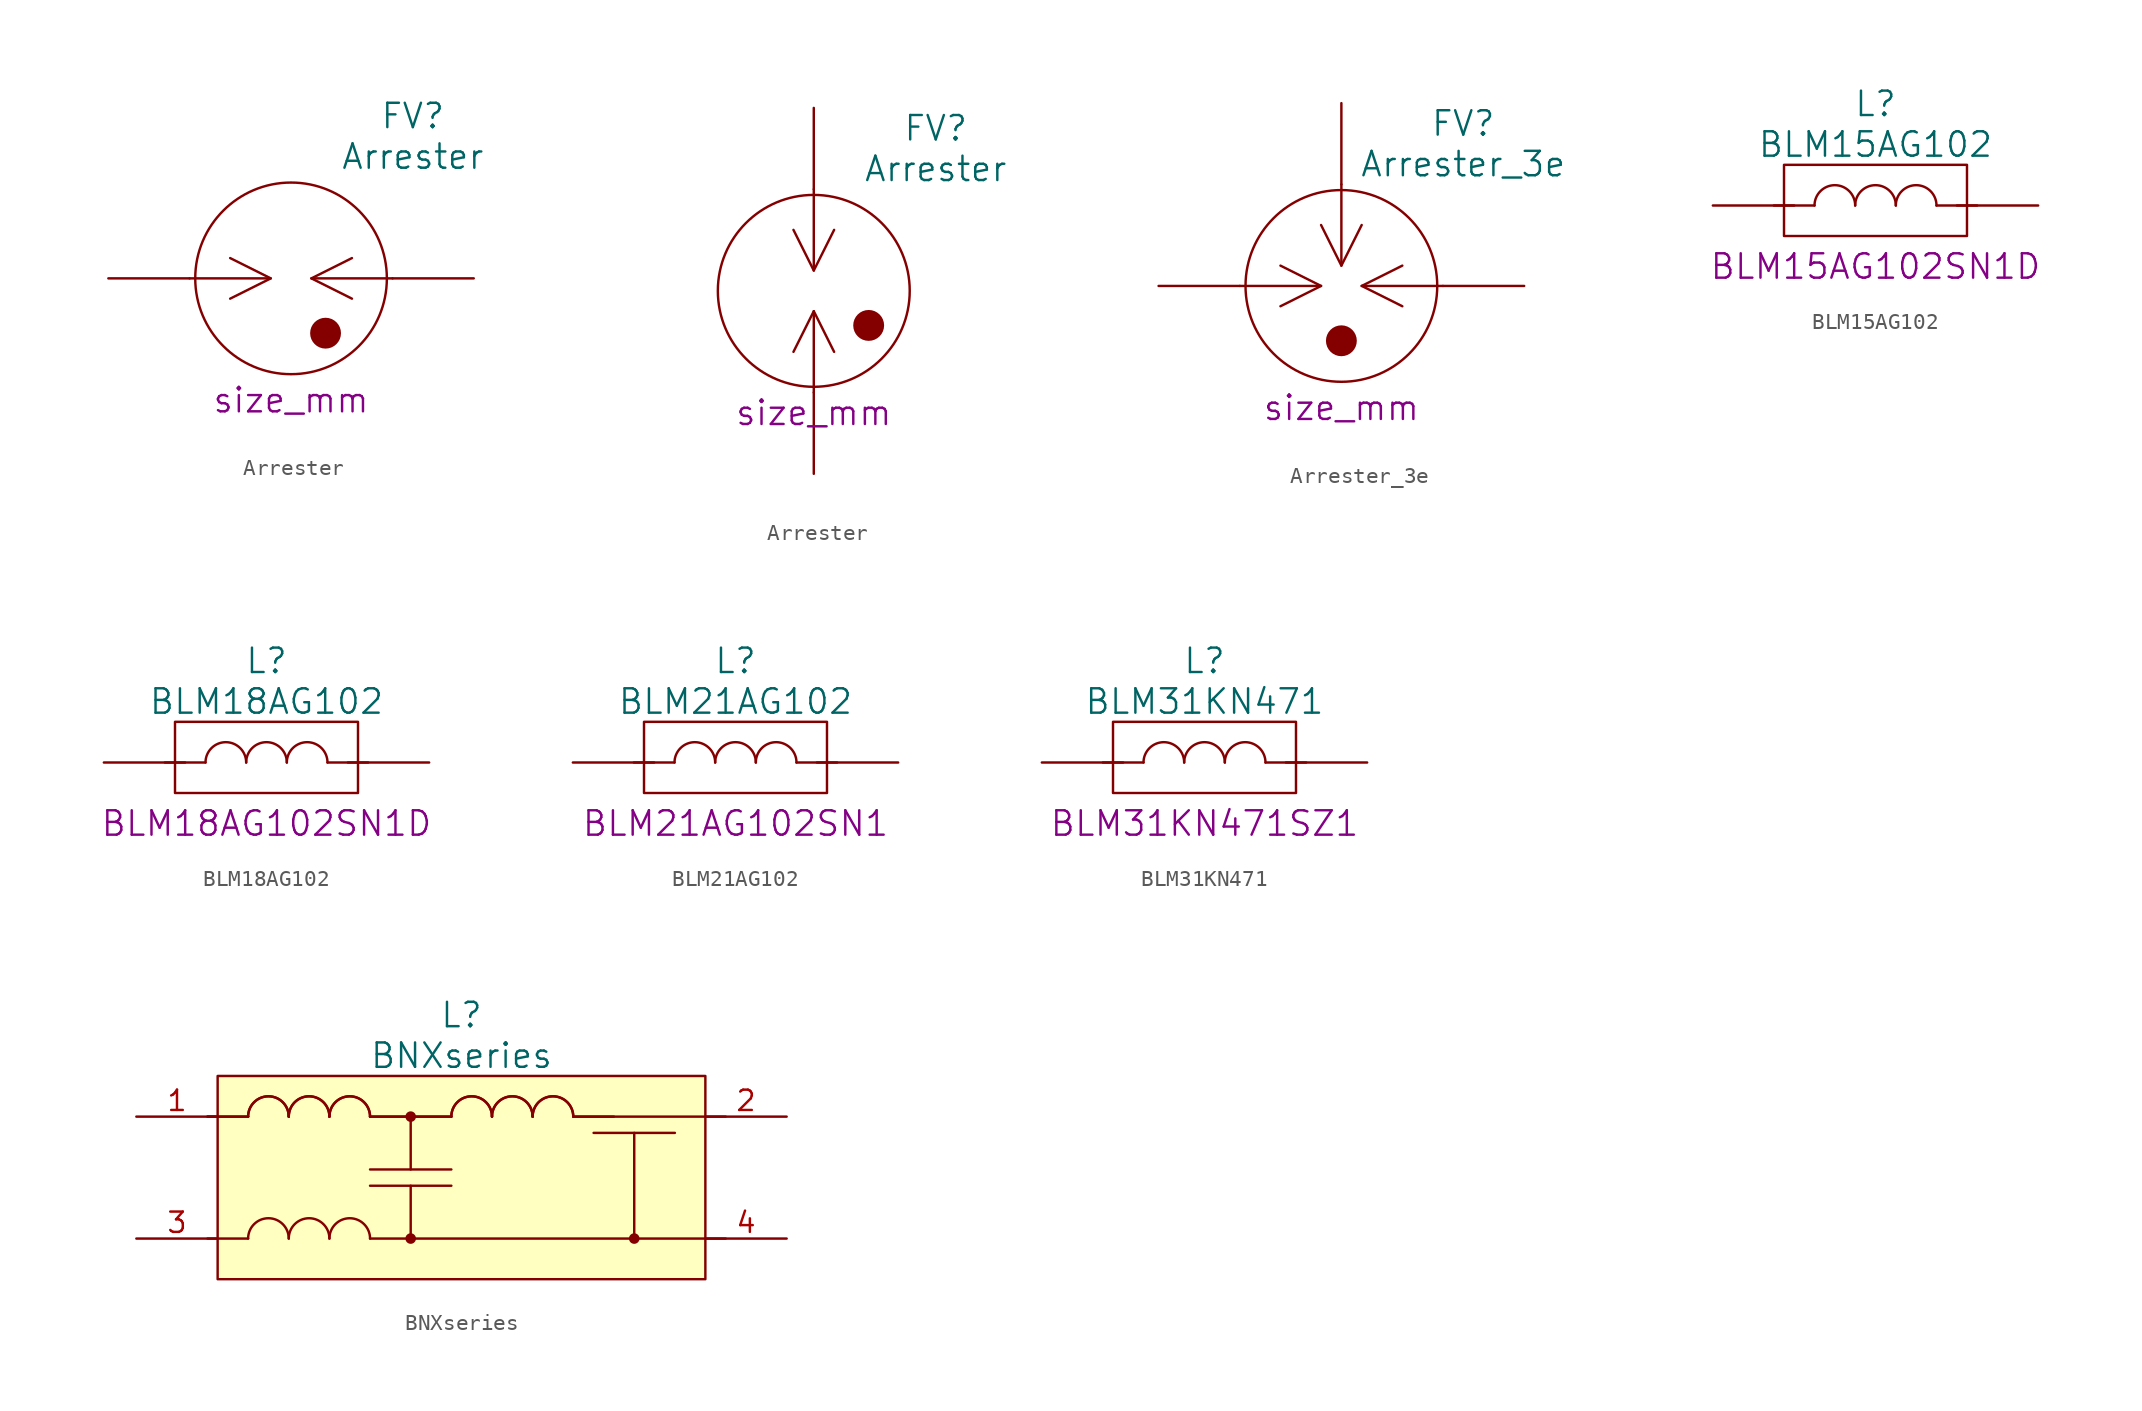
<source format=kicad_sym>
(kicad_symbol_lib
  (version 20220914)
  (generator kicad_symbol_editor)
  (symbol "Arrester"
    (pin_numbers hide)
    (pin_names
      (offset 1.016) hide)
    (property "Reference" "FV"
      (at 7.62 10.16 0)
      (effects (font (size 1.524 1.524))))
    (property "Value" "Arrester"
      (at 7.62 7.62 0)
      (effects (font (size 1.524 1.524))))
    (property "Datasheet" ""
      (at -11.43 1.27 0)
      (effects (font (size 1.524 1.524))))
    (property "Size" "size_mm"
      (at 0 -7.62 0)
      (effects (font (size 1.524 1.524))))
    (symbol "Arrester_0_0"
      (circle (center 0 0) (radius 5.994) (stroke (width 0) (type solid)) (fill (type none))))
    (symbol "Arrester_0_1"
      (polyline (pts (xy -1.27 0) (xy -6.35 0)) (stroke (width 0) (type solid)) (fill (type none)))
      (polyline (pts (xy 6.35 0) (xy 1.27 0)) (stroke (width 0) (type solid)) (fill (type none)))
      (polyline (pts (xy -3.81 1.27) (xy -1.27 0) (xy -3.81 -1.27)) (stroke (width 0) (type solid)) (fill (type none)))
      (polyline (pts (xy 3.81 -1.27) (xy 1.27 0) (xy 3.81 1.27)) (stroke (width 0) (type solid)) (fill (type none)))
      (circle (center 2.159 -3.429) (radius 0.889) (stroke (width 0) (type solid)) (fill (type outline))))
    (symbol "Arrester_0_2"
      (polyline (pts (xy 0 -6.35) (xy 0 -1.27)) (stroke (width 0) (type solid)) (fill (type none)))
      (polyline (pts (xy 0 1.27) (xy 0 6.35)) (stroke (width 0) (type solid)) (fill (type none)))
      (polyline (pts (xy -1.27 3.81) (xy 0 1.27) (xy 1.27 3.81)) (stroke (width 0) (type solid)) (fill (type none)))
      (polyline (pts (xy 1.27 -3.81) (xy 0 -1.27) (xy -1.27 -3.81)) (stroke (width 0) (type solid)) (fill (type none)))
      (circle (center 3.429 -2.159) (radius 0.889) (stroke (width 0) (type solid)) (fill (type outline))))
    (symbol "Arrester_1_1"
      (pin passive line (at -11.43 0 0) (length 5.08) (name "1" (effects (font (size 1.27 1.27)))) (number "1" (effects (font (size 1.27 1.27)))))
      (pin passive line (at 11.43 0 180) (length 5.08) (name "2" (effects (font (size 1.27 1.27)))) (number "2" (effects (font (size 1.27 1.27))))))
    (symbol "Arrester_1_2"
      (pin passive line (at 0 11.43 270) (length 5.08) (name "1" (effects (font (size 1.27 1.27)))) (number "1" (effects (font (size 1.27 1.27)))))
      (pin passive line (at 0 -11.43 90) (length 5.08) (name "2" (effects (font (size 1.27 1.27)))) (number "2" (effects (font (size 1.27 1.27)))))))
  (symbol "Arrester_3e"
    (pin_numbers hide)
    (pin_names
      (offset 1.016) hide)
    (property "Reference" "FV"
      (at 7.62 10.16 0)
      (effects (font (size 1.524 1.524))))
    (property "Value" "Arrester_3e"
      (at 7.62 7.62 0)
      (effects (font (size 1.524 1.524))))
    (property "Datasheet" ""
      (at -11.43 1.27 0)
      (effects (font (size 1.524 1.524))))
    (property "Size" "size_mm"
      (at 0 -7.62 0)
      (effects (font (size 1.524 1.524))))
    (symbol "Arrester_3e_0_0"
      (circle (center 0 0) (radius 5.994) (stroke (width 0) (type solid)) (fill (type none))))
    (symbol "Arrester_3e_0_1"
      (circle (center 0 -3.429) (radius 0.889) (stroke (width 0) (type solid)) (fill (type outline)))
      (polyline (pts (xy -1.27 0) (xy -6.35 0)) (stroke (width 0) (type solid)) (fill (type none)))
      (polyline (pts (xy 0 1.27) (xy 0 6.35)) (stroke (width 0) (type solid)) (fill (type none)))
      (polyline (pts (xy 6.35 0) (xy 1.27 0)) (stroke (width 0) (type solid)) (fill (type none)))
      (polyline (pts (xy -3.81 1.27) (xy -1.27 0) (xy -3.81 -1.27)) (stroke (width 0) (type solid)) (fill (type none)))
      (polyline (pts (xy -1.27 3.81) (xy 0 1.27) (xy 1.27 3.81)) (stroke (width 0) (type solid)) (fill (type none)))
      (polyline (pts (xy 3.81 -1.27) (xy 1.27 0) (xy 3.81 1.27)) (stroke (width 0) (type solid)) (fill (type none))))
    (symbol "Arrester_3e_1_1"
      (pin passive line (at -11.43 0 0) (length 5.08) (name "1" (effects (font (size 1.27 1.27)))) (number "1" (effects (font (size 1.27 1.27)))))
      (pin passive line (at 0 11.43 270) (length 5.08) (name "2" (effects (font (size 1.27 1.27)))) (number "2" (effects (font (size 1.27 1.27)))))
      (pin passive line (at 11.43 0 180) (length 5.08) (name "3" (effects (font (size 1.27 1.27)))) (number "3" (effects (font (size 1.27 1.27)))))))
  (symbol "BLM15AG102"
    (pin_numbers hide)
    (pin_names
      (offset 1.016))
    (property "Reference" "L"
      (at 0 6.35 0)
      (effects (font (size 1.524 1.524))))
    (property "Value" "BLM15AG102"
      (at 0 3.81 0)
      (effects (font (size 1.524 1.524))))
    (property "Datasheet" ""
      (at 0 6.35 0)
      (effects (font (size 1.524 1.524))))
    (property "Type" "BLM15AG102SN1D"
      (at 0 -3.81 0)
      (effects (font (size 1.524 1.524))))
    (symbol "BLM15AG102_0_1"
      (arc (start -1.27 0) (mid -2.54 1.2645) (end -3.81 0) (stroke (width 0) (type solid)) (fill (type none)))
      (polyline (pts (xy -3.81 0) (xy -6.35 0)) (stroke (width 0) (type solid)) (fill (type none)))
      (polyline (pts (xy 6.35 0) (xy 3.81 0)) (stroke (width 0) (type solid)) (fill (type none)))
      (arc (start 1.27 0) (mid 0 1.2645) (end -1.27 0) (stroke (width 0) (type solid)) (fill (type none)))
      (arc (start 3.81 0) (mid 2.54 1.2645) (end 1.27 0) (stroke (width 0) (type solid)) (fill (type none)))
      (rectangle (start 5.715 2.54) (end -5.715 -1.905) (stroke (width 0) (type solid)) (fill (type none))))
    (symbol "BLM15AG102_1_1"
      (pin power_in line (at -10.16 0 0) (length 5.08) (name "~" (effects (font (size 1.27 1.27)))) (number "1" (effects (font (size 1.27 1.27)))))
      (pin power_out line (at 10.16 0 180) (length 5.08) (name "~" (effects (font (size 1.27 1.27)))) (number "2" (effects (font (size 1.27 1.27)))))))
  (symbol "BLM18AG102"
    (pin_numbers hide)
    (pin_names
      (offset 1.016))
    (property "Reference" "L"
      (at 0 6.35 0)
      (effects (font (size 1.524 1.524))))
    (property "Value" "BLM18AG102"
      (at 0 3.81 0)
      (effects (font (size 1.524 1.524))))
    (property "Datasheet" ""
      (at 0 6.35 0)
      (effects (font (size 1.524 1.524))))
    (property "Type" "BLM18AG102SN1D"
      (at 0 -3.81 0)
      (effects (font (size 1.524 1.524))))
    (symbol "BLM18AG102_0_1"
      (arc (start -1.27 0) (mid -2.54 1.2645) (end -3.81 0) (stroke (width 0) (type solid)) (fill (type none)))
      (polyline (pts (xy -3.81 0) (xy -6.35 0)) (stroke (width 0) (type solid)) (fill (type none)))
      (polyline (pts (xy 6.35 0) (xy 3.81 0)) (stroke (width 0) (type solid)) (fill (type none)))
      (arc (start 1.27 0) (mid 0 1.2645) (end -1.27 0) (stroke (width 0) (type solid)) (fill (type none)))
      (arc (start 3.81 0) (mid 2.54 1.2645) (end 1.27 0) (stroke (width 0) (type solid)) (fill (type none)))
      (rectangle (start 5.715 2.54) (end -5.715 -1.905) (stroke (width 0) (type solid)) (fill (type none))))
    (symbol "BLM18AG102_1_1"
      (pin power_in line (at -10.16 0 0) (length 5.08) (name "~" (effects (font (size 1.27 1.27)))) (number "1" (effects (font (size 1.27 1.27)))))
      (pin power_out line (at 10.16 0 180) (length 5.08) (name "~" (effects (font (size 1.27 1.27)))) (number "2" (effects (font (size 1.27 1.27)))))))
  (symbol "BLM21AG102"
    (pin_numbers hide)
    (pin_names
      (offset 1.016))
    (property "Reference" "L"
      (at 0 6.35 0)
      (effects (font (size 1.524 1.524))))
    (property "Value" "BLM21AG102"
      (at 0 3.81 0)
      (effects (font (size 1.524 1.524))))
    (property "Datasheet" ""
      (at 0 6.35 0)
      (effects (font (size 1.524 1.524))))
    (property "Type" "BLM21AG102SN1"
      (at 0 -3.81 0)
      (effects (font (size 1.524 1.524))))
    (symbol "BLM21AG102_0_1"
      (arc (start -1.27 0) (mid -2.54 1.2645) (end -3.81 0) (stroke (width 0) (type solid)) (fill (type none)))
      (polyline (pts (xy -3.81 0) (xy -6.35 0)) (stroke (width 0) (type solid)) (fill (type none)))
      (polyline (pts (xy 6.35 0) (xy 3.81 0)) (stroke (width 0) (type solid)) (fill (type none)))
      (arc (start 1.27 0) (mid 0 1.2645) (end -1.27 0) (stroke (width 0) (type solid)) (fill (type none)))
      (arc (start 3.81 0) (mid 2.54 1.2645) (end 1.27 0) (stroke (width 0) (type solid)) (fill (type none)))
      (rectangle (start 5.715 2.54) (end -5.715 -1.905) (stroke (width 0) (type solid)) (fill (type none))))
    (symbol "BLM21AG102_1_1"
      (pin power_in line (at -10.16 0 0) (length 5.08) (name "~" (effects (font (size 1.27 1.27)))) (number "1" (effects (font (size 1.27 1.27)))))
      (pin power_out line (at 10.16 0 180) (length 5.08) (name "~" (effects (font (size 1.27 1.27)))) (number "2" (effects (font (size 1.27 1.27)))))))
  (symbol "BLM31KN471"
    (pin_numbers hide)
    (pin_names
      (offset 1.016))
    (property "Reference" "L"
      (at 0 6.35 0)
      (effects (font (size 1.524 1.524))))
    (property "Value" "BLM31KN471"
      (at 0 3.81 0)
      (effects (font (size 1.524 1.524))))
    (property "Datasheet" ""
      (at 0 6.35 0)
      (effects (font (size 1.524 1.524))))
    (property "Type" "BLM31KN471SZ1"
      (at 0 -3.81 0)
      (effects (font (size 1.524 1.524))))
    (symbol "BLM31KN471_0_1"
      (arc (start -1.27 0) (mid -2.54 1.2645) (end -3.81 0) (stroke (width 0) (type solid)) (fill (type none)))
      (polyline (pts (xy -3.81 0) (xy -6.35 0)) (stroke (width 0) (type solid)) (fill (type none)))
      (polyline (pts (xy 6.35 0) (xy 3.81 0)) (stroke (width 0) (type solid)) (fill (type none)))
      (arc (start 1.27 0) (mid 0 1.2645) (end -1.27 0) (stroke (width 0) (type solid)) (fill (type none)))
      (arc (start 3.81 0) (mid 2.54 1.2645) (end 1.27 0) (stroke (width 0) (type solid)) (fill (type none)))
      (rectangle (start 5.715 2.54) (end -5.715 -1.905) (stroke (width 0) (type solid)) (fill (type none))))
    (symbol "BLM31KN471_1_1"
      (pin power_in line (at -10.16 0 0) (length 5.08) (name "~" (effects (font (size 1.27 1.27)))) (number "1" (effects (font (size 1.27 1.27)))))
      (pin power_out line (at 10.16 0 180) (length 5.08) (name "~" (effects (font (size 1.27 1.27)))) (number "2" (effects (font (size 1.27 1.27)))))))
  (symbol "BNXseries"
    (pin_names
      (offset 0.025) hide)
    (property "Reference" "L"
      (at 0 10.16 0)
      (effects (font (size 1.524 1.524))))
    (property "Value" "BNXseries"
      (at 0 7.62 0)
      (effects (font (size 1.524 1.524))))
    (symbol "BNXseries_0_1"
      (arc (start -10.795 -3.81) (mid -12.065 -2.5455) (end -13.335 -3.81) (stroke (width 0) (type solid)) (fill (type none)))
      (arc (start -10.795 3.81) (mid -12.065 5.0745) (end -13.335 3.81) (stroke (width 0) (type solid)) (fill (type none)))
      (arc (start -10.795 3.81) (mid -12.065 5.0745) (end -13.335 3.81) (stroke (width 0) (type solid)) (fill (type none)))
      (arc (start -8.255 -3.81) (mid -9.525 -2.5455) (end -10.795 -3.81) (stroke (width 0) (type solid)) (fill (type none)))
      (arc (start -8.255 3.81) (mid -9.525 5.0745) (end -10.795 3.81) (stroke (width 0) (type solid)) (fill (type none)))
      (arc (start -8.255 3.81) (mid -9.525 5.0745) (end -10.795 3.81) (stroke (width 0) (type solid)) (fill (type none)))
      (arc (start -5.715 -3.81) (mid -6.985 -2.5455) (end -8.255 -3.81) (stroke (width 0) (type solid)) (fill (type none)))
      (arc (start -5.715 3.81) (mid -6.985 5.0745) (end -8.255 3.81) (stroke (width 0) (type solid)) (fill (type none)))
      (arc (start -5.715 3.81) (mid -6.985 5.0745) (end -8.255 3.81) (stroke (width 0) (type solid)) (fill (type none)))
      (circle (center -3.175 -3.81) (radius 0.254) (stroke (width 0) (type solid)) (fill (type outline)))
      (circle (center -3.175 3.81) (radius 0.254) (stroke (width 0) (type solid)) (fill (type outline)))
      (polyline (pts (xy -13.335 -3.81) (xy -15.875 -3.81)) (stroke (width 0) (type solid)) (fill (type none)))
      (polyline (pts (xy -13.335 3.81) (xy -15.875 3.81)) (stroke (width 0) (type solid)) (fill (type none)))
      (polyline (pts (xy -13.335 3.81) (xy -15.875 3.81)) (stroke (width 0) (type solid)) (fill (type none)))
      (polyline (pts (xy -3.175 -3.81) (xy -3.175 -0.508)) (stroke (width 0) (type solid)) (fill (type none)))
      (polyline (pts (xy -3.175 3.81) (xy -5.715 3.81)) (stroke (width 0) (type solid)) (fill (type none)))
      (polyline (pts (xy -3.175 3.81) (xy -5.715 3.81)) (stroke (width 0) (type solid)) (fill (type none)))
      (polyline (pts (xy -3.175 3.81) (xy -3.175 0.508)) (stroke (width 0) (type solid)) (fill (type none)))
      (polyline (pts (xy -0.635 -0.508) (xy -5.715 -0.508)) (stroke (width 0) (type solid)) (fill (type none)))
      (polyline (pts (xy -0.635 0.508) (xy -5.715 0.508)) (stroke (width 0) (type solid)) (fill (type none)))
      (polyline (pts (xy -0.635 3.81) (xy -3.175 3.81)) (stroke (width 0) (type solid)) (fill (type none)))
      (polyline (pts (xy -0.635 3.81) (xy -3.175 3.81)) (stroke (width 0) (type solid)) (fill (type none)))
      (polyline (pts (xy 9.525 3.81) (xy 6.985 3.81)) (stroke (width 0) (type solid)) (fill (type none)))
      (polyline (pts (xy 10.795 -3.81) (xy 10.795 2.794)) (stroke (width 0) (type solid)) (fill (type none)))
      (polyline (pts (xy 13.335 2.794) (xy 8.255 2.794)) (stroke (width 0) (type solid)) (fill (type none)))
      (polyline (pts (xy 16.51 -3.81) (xy -5.715 -3.81)) (stroke (width 0) (type solid)) (fill (type none)))
      (polyline (pts (xy 16.51 3.81) (xy 6.985 3.81)) (stroke (width 0) (type solid)) (fill (type none)))
      (arc (start 1.905 3.81) (mid 0.635 5.0745) (end -0.635 3.81) (stroke (width 0) (type solid)) (fill (type none)))
      (arc (start 1.905 3.81) (mid 0.635 5.0745) (end -0.635 3.81) (stroke (width 0) (type solid)) (fill (type none)))
      (arc (start 4.445 3.81) (mid 3.175 5.0745) (end 1.905 3.81) (stroke (width 0) (type solid)) (fill (type none)))
      (arc (start 4.445 3.81) (mid 3.175 5.0745) (end 1.905 3.81) (stroke (width 0) (type solid)) (fill (type none)))
      (arc (start 6.985 3.81) (mid 5.715 5.0745) (end 4.445 3.81) (stroke (width 0) (type solid)) (fill (type none)))
      (arc (start 6.985 3.81) (mid 5.715 5.0745) (end 4.445 3.81) (stroke (width 0) (type solid)) (fill (type none)))
      (circle (center 10.795 -3.81) (radius 0.254) (stroke (width 0) (type solid)) (fill (type outline)))
      (rectangle (start 15.24 6.35) (end -15.24 -6.35) (stroke (width 0) (type solid)) (fill (type background))))
    (symbol "BNXseries_1_1"
      (pin power_in line (at -20.32 3.81 0) (length 5.08) (name "B" (effects (font (size 1.27 1.27)))) (number "1" (effects (font (size 1.27 1.27)))))
      (pin power_out line (at 20.32 3.81 180) (length 5.08) (name "CB" (effects (font (size 1.27 1.27)))) (number "2" (effects (font (size 1.27 1.27)))))
      (pin power_in line (at -20.32 -3.81 0) (length 5.08) (name "PSG" (effects (font (size 1.27 1.27)))) (number "3" (effects (font (size 1.27 1.27)))))
      (pin power_out line (at 20.32 -3.81 180) (length 5.08) (name "CG" (effects (font (size 1.27 1.27)))) (number "4" (effects (font (size 1.27 1.27))))))))
</source>
